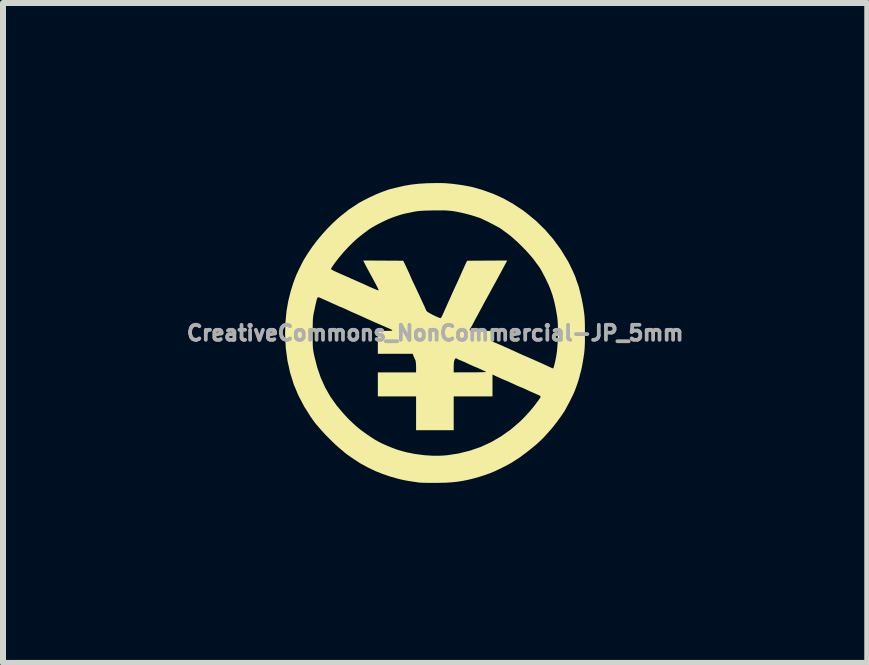
<source format=kicad_pcb>
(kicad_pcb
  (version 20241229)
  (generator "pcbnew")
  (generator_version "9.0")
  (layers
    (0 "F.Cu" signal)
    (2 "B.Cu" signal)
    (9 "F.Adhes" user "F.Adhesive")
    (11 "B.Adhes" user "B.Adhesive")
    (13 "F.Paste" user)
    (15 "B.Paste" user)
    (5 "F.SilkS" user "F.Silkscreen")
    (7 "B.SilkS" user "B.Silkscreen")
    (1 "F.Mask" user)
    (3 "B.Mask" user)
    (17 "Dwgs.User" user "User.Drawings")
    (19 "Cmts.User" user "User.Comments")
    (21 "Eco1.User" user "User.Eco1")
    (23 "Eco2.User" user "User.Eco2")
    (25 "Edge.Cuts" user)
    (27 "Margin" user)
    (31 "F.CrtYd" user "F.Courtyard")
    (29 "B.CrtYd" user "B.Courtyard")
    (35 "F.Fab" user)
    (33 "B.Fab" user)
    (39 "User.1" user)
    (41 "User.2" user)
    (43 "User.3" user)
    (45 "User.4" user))
  (footprint "CreativeCommons_NonCommercial-JP_5mm"
    (layer "F.Cu")
    (at 4.2 2.499)
    (property "Reference" "CreativeCommons_NonCommercial-JP_5mm" (at 0 0 0) (layer "F.Fab") (effects (font (size 0.25 0.25) (thickness 0.3))))
    (attr board_only exclude_from_pos_files exclude_from_bom)
    (fp_poly (pts (xy 0.101 -2.499) (xy 0.166 -2.497) (xy 0.228 -2.492) (xy 0.294 -2.486) (xy 0.368 -2.476) (xy 0.427 -2.468) (xy 0.5 -2.456) (xy 0.565 -2.444) (xy 0.627 -2.431) (xy 0.691 -2.413) (xy 0.765 -2.391) (xy 0.795 -2.382) (xy 0.968 -2.32) (xy 1.135 -2.244) (xy 1.298 -2.153) (xy 1.459 -2.047) (xy 1.515 -2.005) (xy 1.677 -1.872) (xy 1.828 -1.725) (xy 1.967 -1.565) (xy 2.092 -1.394) (xy 2.203 -1.212) (xy 2.21 -1.201) (xy 2.229 -1.165) (xy 2.25 -1.122) (xy 2.272 -1.076) (xy 2.294 -1.03) (xy 2.314 -0.986) (xy 2.33 -0.949) (xy 2.341 -0.921) (xy 2.345 -0.906) (xy 2.345 -0.906) (xy 2.349 -0.893) (xy 2.357 -0.869) (xy 2.368 -0.839) (xy 2.382 -0.803) (xy 2.394 -0.766) (xy 2.4 -0.743) (xy 2.406 -0.717) (xy 2.415 -0.68) (xy 2.426 -0.637) (xy 2.431 -0.618) (xy 2.44 -0.577) (xy 2.451 -0.524) (xy 2.462 -0.465) (xy 2.472 -0.406) (xy 2.474 -0.391) (xy 2.481 -0.345) (xy 2.486 -0.302) (xy 2.49 -0.26) (xy 2.492 -0.215) (xy 2.494 -0.164) (xy 2.495 -0.103) (xy 2.495 -0.028) (xy 2.495 0.005) (xy 2.495 0.083) (xy 2.495 0.146) (xy 2.493 0.198) (xy 2.491 0.243) (xy 2.488 0.284) (xy 2.484 0.324) (xy 2.478 0.366) (xy 2.471 0.416) (xy 2.47 0.418) (xy 2.461 0.475) (xy 2.451 0.532) (xy 2.441 0.582) (xy 2.432 0.622) (xy 2.427 0.641) (xy 2.416 0.679) (xy 2.407 0.715) (xy 2.401 0.741) (xy 2.393 0.77) (xy 2.38 0.811) (xy 2.364 0.858) (xy 2.346 0.908) (xy 2.329 0.954) (xy 2.316 0.986) (xy 2.298 1.026) (xy 2.273 1.076) (xy 2.246 1.132) (xy 2.216 1.188) (xy 2.188 1.24) (xy 2.164 1.285) (xy 2.15 1.308) (xy 2.092 1.394) (xy 2.025 1.485) (xy 1.953 1.577) (xy 1.877 1.664) (xy 1.803 1.745) (xy 1.733 1.813) (xy 1.726 1.819) (xy 1.68 1.86) (xy 1.626 1.905) (xy 1.568 1.952) (xy 1.51 1.997) (xy 1.456 2.037) (xy 1.41 2.071) (xy 1.386 2.087) (xy 1.349 2.111) (xy 1.308 2.137) (xy 1.282 2.154) (xy 1.251 2.172) (xy 1.208 2.196) (xy 1.156 2.223) (xy 1.1 2.251) (xy 1.042 2.279) (xy 0.987 2.305) (xy 0.977 2.309) (xy 0.909 2.337) (xy 0.828 2.366) (xy 0.74 2.394) (xy 0.649 2.42) (xy 0.564 2.441) (xy 0.484 2.458) (xy 0.409 2.471) (xy 0.335 2.481) (xy 0.258 2.488) (xy 0.173 2.493) (xy 0.076 2.495) (xy 0.032 2.496) (xy -0.036 2.496) (xy -0.1 2.496) (xy -0.159 2.495) (xy -0.209 2.494) (xy -0.246 2.492) (xy -0.264 2.491) (xy -0.354 2.478) (xy -0.43 2.466) (xy -0.495 2.455) (xy -0.552 2.443) (xy -0.605 2.431) (xy -0.627 2.425) (xy -0.753 2.389) (xy -0.876 2.347) (xy -0.99 2.302) (xy -1.093 2.253) (xy -1.132 2.233) (xy -1.166 2.214) (xy -1.198 2.197) (xy -1.221 2.185) (xy -1.223 2.184) (xy -1.246 2.171) (xy -1.278 2.151) (xy -1.317 2.125) (xy -1.36 2.097) (xy -1.403 2.068) (xy -1.443 2.04) (xy -1.477 2.016) (xy -1.501 1.997) (xy -1.514 1.986) (xy -1.525 1.976) (xy -1.546 1.957) (xy -1.574 1.935) (xy -1.582 1.928) (xy -1.621 1.895) (xy -1.668 1.852) (xy -1.72 1.802) (xy -1.774 1.748) (xy -1.827 1.695) (xy -1.874 1.644) (xy -1.912 1.601) (xy -1.917 1.595) (xy -1.943 1.564) (xy -1.966 1.538) (xy -1.982 1.52) (xy -1.987 1.514) (xy -1.996 1.503) (xy -2.013 1.481) (xy -2.036 1.449) (xy -2.062 1.412) (xy -2.072 1.398) (xy -2.183 1.222) (xy -2.278 1.041) (xy -2.356 0.855) (xy -2.416 0.663) (xy -2.46 0.464) (xy -2.488 0.258) (xy -2.498 0.074) (xy -2.041 0.074) (xy -2.04 0.133) (xy -2.04 0.181) (xy -2.038 0.219) (xy -2.036 0.252) (xy -2.032 0.282) (xy -2.027 0.314) (xy -2.02 0.349) (xy -2.011 0.391) (xy -2.011 0.391) (xy -1.965 0.573) (xy -1.906 0.744) (xy -1.833 0.906) (xy -1.746 1.059) (xy -1.642 1.206) (xy -1.522 1.348) (xy -1.442 1.433) (xy -1.376 1.496) (xy -1.313 1.554) (xy -1.248 1.607) (xy -1.177 1.66) (xy -1.098 1.715) (xy -1.013 1.77) (xy -0.952 1.806) (xy -0.878 1.843) (xy -0.795 1.88) (xy -0.708 1.915) (xy -0.623 1.946) (xy -0.485 1.985) (xy -0.339 2.014) (xy -0.189 2.034) (xy -0.04 2.044) (xy 0.102 2.043) (xy 0.195 2.036) (xy 0.392 2.006) (xy 0.58 1.959) (xy 0.76 1.897) (xy 0.933 1.817) (xy 1.098 1.721) (xy 1.257 1.609) (xy 1.409 1.479) (xy 1.414 1.475) (xy 1.45 1.439) (xy 1.493 1.395) (xy 1.537 1.347) (xy 1.581 1.298) (xy 1.62 1.252) (xy 1.651 1.214) (xy 1.662 1.2) (xy 1.687 1.165) (xy 1.711 1.133) (xy 1.729 1.108) (xy 1.736 1.099) (xy 1.753 1.075) (xy 1.757 1.058) (xy 1.748 1.046) (xy 1.723 1.033) (xy 1.711 1.028) (xy 1.645 0.999) (xy 1.57 0.966) (xy 1.491 0.929) (xy 1.485 0.926) (xy 1.456 0.913) (xy 1.434 0.904) (xy 1.423 0.9) (xy 1.423 0.9) (xy 1.412 0.896) (xy 1.39 0.887) (xy 1.361 0.874) (xy 1.361 0.874) (xy 1.299 0.845) (xy 1.252 0.824) (xy 1.218 0.808) (xy 1.196 0.798) (xy 1.183 0.793) (xy 1.177 0.791) (xy 1.177 0.791) (xy 1.167 0.787) (xy 1.143 0.777) (xy 1.107 0.761) (xy 1.062 0.741) (xy 1.011 0.717) (xy 1.002 0.713) (xy 0.955 0.691) (xy 0.955 1.055) (xy 0.309 1.055) (xy 0.309 1.618) (xy -0.318 1.618) (xy -0.318 1.055) (xy -0.955 1.055) (xy -0.955 0.655) (xy -0.318 0.655) (xy 0.309 0.655) (xy 0.589 0.654) (xy 0.67 0.654) (xy 0.734 0.653) (xy 0.783 0.652) (xy 0.817 0.651) (xy 0.838 0.649) (xy 0.848 0.646) (xy 0.846 0.644) (xy 0.845 0.643) (xy 0.827 0.635) (xy 0.797 0.621) (xy 0.762 0.605) (xy 0.747 0.598) (xy 0.713 0.583) (xy 0.686 0.571) (xy 0.67 0.565) (xy 0.667 0.564) (xy 0.664 0.563) (xy 0.656 0.56) (xy 0.641 0.553) (xy 0.617 0.542) (xy 0.583 0.527) (xy 0.536 0.505) (xy 0.486 0.482) (xy 0.454 0.468) (xy 0.426 0.456) (xy 0.409 0.45) (xy 0.384 0.439) (xy 0.368 0.431) (xy 0.35 0.42) (xy 0.338 0.423) (xy 0.326 0.44) (xy 0.323 0.445) (xy 0.315 0.469) (xy 0.311 0.505) (xy 0.309 0.557) (xy 0.309 0.563) (xy 0.309 0.655) (xy -0.318 0.655) (xy -0.318 0.564) (xy -0.32 0.507) (xy -0.325 0.467) (xy -0.331 0.448) (xy -0.343 0.423) (xy -0.356 0.393) (xy -0.36 0.384) (xy -0.375 0.345) (xy -0.955 0.345) (xy -0.955 -0.036) (xy -0.825 -0.036) (xy -0.771 -0.037) (xy -0.735 -0.038) (xy -0.716 -0.041) (xy -0.713 -0.047) (xy -0.726 -0.056) (xy -0.754 -0.07) (xy -0.791 -0.086) (xy -0.829 -0.103) (xy -0.869 -0.12) (xy -0.895 -0.132) (xy -0.925 -0.145) (xy -0.965 -0.162) (xy -1.006 -0.18) (xy -1.018 -0.185) (xy -1.058 -0.203) (xy -1.095 -0.22) (xy -1.125 -0.233) (xy -1.132 -0.236) (xy -1.175 -0.256) (xy -1.226 -0.279) (xy -1.277 -0.302) (xy -1.313 -0.318) (xy -1.389 -0.351) (xy -1.481 -0.394) (xy -1.507 -0.406) (xy -1.538 -0.42) (xy -1.563 -0.431) (xy -1.577 -0.436) (xy -1.579 -0.436) (xy -1.589 -0.44) (xy -1.611 -0.449) (xy -1.631 -0.459) (xy -1.659 -0.472) (xy -1.698 -0.489) (xy -1.742 -0.509) (xy -1.773 -0.523) (xy -1.815 -0.542) (xy -1.856 -0.56) (xy -1.889 -0.575) (xy -1.907 -0.583) (xy -1.931 -0.593) (xy -1.949 -0.597) (xy -1.954 -0.596) (xy -1.96 -0.59) (xy -1.966 -0.577) (xy -1.973 -0.555) (xy -1.981 -0.523) (xy -1.992 -0.477) (xy -2.005 -0.417) (xy -2.011 -0.386) (xy -2.02 -0.345) (xy -2.027 -0.311) (xy -2.032 -0.28) (xy -2.035 -0.25) (xy -2.038 -0.216) (xy -2.039 -0.177) (xy -2.04 -0.128) (xy -2.041 -0.068) (xy -2.041 0) (xy -2.041 0.074) (xy -2.498 0.074) (xy -2.499 0.044) (xy -2.5 0) (xy -2.494 -0.185) (xy -2.477 -0.361) (xy -2.448 -0.531) (xy -2.406 -0.699) (xy -2.364 -0.832) (xy -2.346 -0.882) (xy -2.33 -0.925) (xy -2.314 -0.965) (xy -2.295 -1.007) (xy -2.271 -1.057) (xy -2.265 -1.07) (xy -1.736 -1.07) (xy -1.733 -1.064) (xy -1.721 -1.055) (xy -1.701 -1.043) (xy -1.669 -1.028) (xy -1.625 -1.008) (xy -1.567 -0.982) (xy -1.5 -0.953) (xy -1.466 -0.938) (xy -1.431 -0.923) (xy -1.423 -0.919) (xy -1.398 -0.907) (xy -1.362 -0.892) (xy -1.323 -0.874) (xy -1.309 -0.868) (xy -1.27 -0.851) (xy -1.232 -0.834) (xy -1.203 -0.821) (xy -1.195 -0.818) (xy -1.137 -0.791) (xy -1.082 -0.766) (xy -1.033 -0.745) (xy -0.993 -0.728) (xy -0.963 -0.716) (xy -0.947 -0.711) (xy -0.945 -0.711) (xy -0.943 -0.714) (xy -0.944 -0.72) (xy -0.949 -0.733) (xy -0.957 -0.752) (xy -0.971 -0.779) (xy -0.99 -0.816) (xy -1.016 -0.864) (xy -1.048 -0.924) (xy -1.089 -0.999) (xy -1.109 -1.036) (xy -1.132 -1.078) (xy -1.153 -1.118) (xy -1.17 -1.151) (xy -1.18 -1.171) (xy -1.198 -1.209) (xy -0.865 -1.207) (xy -0.532 -1.205) (xy -0.516 -1.173) (xy -0.501 -1.142) (xy -0.484 -1.105) (xy -0.465 -1.065) (xy -0.447 -1.025) (xy -0.43 -0.989) (xy -0.418 -0.961) (xy -0.41 -0.944) (xy -0.409 -0.94) (xy -0.408 -0.937) (xy -0.404 -0.927) (xy -0.396 -0.91) (xy -0.385 -0.885) (xy -0.368 -0.849) (xy -0.345 -0.801) (xy -0.316 -0.739) (xy -0.29 -0.684) (xy -0.242 -0.581) (xy -0.2 -0.49) (xy -0.181 -0.45) (xy -0.166 -0.416) (xy -0.153 -0.387) (xy -0.144 -0.368) (xy -0.143 -0.367) (xy -0.132 -0.356) (xy -0.108 -0.341) (xy -0.075 -0.322) (xy -0.036 -0.301) (xy 0.004 -0.282) (xy 0.042 -0.265) (xy 0.074 -0.253) (xy 0.078 -0.251) (xy 0.085 -0.249) (xy 0.092 -0.25) (xy 0.098 -0.256) (xy 0.107 -0.27) (xy 0.119 -0.293) (xy 0.135 -0.328) (xy 0.157 -0.377) (xy 0.161 -0.386) (xy 0.18 -0.429) (xy 0.203 -0.481) (xy 0.229 -0.538) (xy 0.256 -0.598) (xy 0.282 -0.656) (xy 0.306 -0.709) (xy 0.327 -0.755) (xy 0.343 -0.79) (xy 0.35 -0.805) (xy 0.366 -0.839) (xy 0.384 -0.879) (xy 0.396 -0.905) (xy 0.41 -0.936) (xy 0.428 -0.977) (xy 0.449 -1.024) (xy 0.465 -1.059) (xy 0.483 -1.1) (xy 0.5 -1.138) (xy 0.513 -1.166) (xy 0.521 -1.182) (xy 0.533 -1.205) (xy 1.2 -1.209) (xy 1.163 -1.139) (xy 1.14 -1.097) (xy 1.115 -1.05) (xy 1.089 -1.001) (xy 1.063 -0.954) (xy 1.04 -0.911) (xy 1.021 -0.875) (xy 1.006 -0.849) (xy 1 -0.836) (xy 0.992 -0.824) (xy 0.979 -0.798) (xy 0.959 -0.764) (xy 0.937 -0.723) (xy 0.927 -0.705) (xy 0.904 -0.662) (xy 0.883 -0.624) (xy 0.867 -0.594) (xy 0.857 -0.576) (xy 0.855 -0.573) (xy 0.848 -0.56) (xy 0.834 -0.535) (xy 0.815 -0.5) (xy 0.792 -0.457) (xy 0.776 -0.427) (xy 0.75 -0.379) (xy 0.725 -0.332) (xy 0.703 -0.292) (xy 0.686 -0.261) (xy 0.68 -0.25) (xy 0.662 -0.215) (xy 0.641 -0.175) (xy 0.629 -0.153) (xy 0.613 -0.123) (xy 0.597 -0.095) (xy 0.588 -0.081) (xy 0.578 -0.067) (xy 0.574 -0.056) (xy 0.576 -0.048) (xy 0.586 -0.043) (xy 0.607 -0.039) (xy 0.64 -0.037) (xy 0.688 -0.037) (xy 0.751 -0.036) (xy 0.764 -0.036) (xy 0.955 -0.036) (xy 0.955 0.054) (xy 0.955 0.095) (xy 0.956 0.122) (xy 0.959 0.138) (xy 0.964 0.146) (xy 0.973 0.15) (xy 0.975 0.151) (xy 0.994 0.158) (xy 1.023 0.17) (xy 1.05 0.182) (xy 1.085 0.197) (xy 1.128 0.216) (xy 1.172 0.236) (xy 1.182 0.24) (xy 1.223 0.258) (xy 1.264 0.277) (xy 1.297 0.292) (xy 1.305 0.295) (xy 1.401 0.34) (xy 1.485 0.377) (xy 1.527 0.395) (xy 1.562 0.41) (xy 1.606 0.429) (xy 1.652 0.45) (xy 1.677 0.461) (xy 1.721 0.481) (xy 1.764 0.5) (xy 1.802 0.517) (xy 1.818 0.524) (xy 1.856 0.542) (xy 1.895 0.56) (xy 1.914 0.568) (xy 1.94 0.58) (xy 1.959 0.588) (xy 1.965 0.59) (xy 1.97 0.583) (xy 1.977 0.563) (xy 1.98 0.552) (xy 2 0.471) (xy 2.015 0.396) (xy 2.027 0.324) (xy 2.034 0.25) (xy 2.04 0.168) (xy 2.043 0.074) (xy 2.043 0.047) (xy 2.045 -0.033) (xy 2.045 -0.098) (xy 2.043 -0.155) (xy 2.04 -0.206) (xy 2.035 -0.256) (xy 2.027 -0.309) (xy 2.016 -0.371) (xy 2.004 -0.436) (xy 1.981 -0.539) (xy 1.954 -0.635) (xy 1.919 -0.733) (xy 1.903 -0.773) (xy 1.886 -0.811) (xy 1.864 -0.857) (xy 1.84 -0.908) (xy 1.814 -0.959) (xy 1.788 -1.008) (xy 1.765 -1.05) (xy 1.746 -1.083) (xy 1.735 -1.1) (xy 1.723 -1.116) (xy 1.703 -1.143) (xy 1.677 -1.177) (xy 1.651 -1.214) (xy 1.612 -1.264) (xy 1.561 -1.322) (xy 1.503 -1.385) (xy 1.44 -1.449) (xy 1.376 -1.512) (xy 1.313 -1.569) (xy 1.256 -1.618) (xy 1.214 -1.651) (xy 1.176 -1.679) (xy 1.141 -1.704) (xy 1.113 -1.725) (xy 1.097 -1.737) (xy 1.079 -1.749) (xy 1.048 -1.766) (xy 1.007 -1.788) (xy 0.96 -1.813) (xy 0.91 -1.839) (xy 0.86 -1.864) (xy 0.813 -1.886) (xy 0.774 -1.905) (xy 0.744 -1.918) (xy 0.736 -1.92) (xy 0.669 -1.943) (xy 0.592 -1.966) (xy 0.514 -1.987) (xy 0.443 -2.004) (xy 0.423 -2.008) (xy 0.361 -2.021) (xy 0.307 -2.03) (xy 0.255 -2.037) (xy 0.202 -2.041) (xy 0.144 -2.044) (xy 0.078 -2.044) (xy -0.001 -2.044) (xy -0.048 -2.043) (xy -0.125 -2.041) (xy -0.187 -2.039) (xy -0.237 -2.036) (xy -0.278 -2.033) (xy -0.313 -2.028) (xy -0.346 -2.023) (xy -0.368 -2.018) (xy -0.412 -2.009) (xy -0.454 -2) (xy -0.488 -1.993) (xy -0.5 -1.991) (xy -0.533 -1.983) (xy -0.579 -1.97) (xy -0.631 -1.953) (xy -0.684 -1.935) (xy -0.735 -1.916) (xy -0.777 -1.899) (xy -0.786 -1.896) (xy -0.841 -1.87) (xy -0.898 -1.842) (xy -0.955 -1.813) (xy -1.009 -1.784) (xy -1.055 -1.757) (xy -1.091 -1.735) (xy -1.108 -1.722) (xy -1.121 -1.713) (xy -1.145 -1.694) (xy -1.177 -1.671) (xy -1.214 -1.643) (xy -1.218 -1.64) (xy -1.293 -1.58) (xy -1.372 -1.508) (xy -1.453 -1.427) (xy -1.532 -1.341) (xy -1.606 -1.253) (xy -1.639 -1.21) (xy -1.671 -1.168) (xy -1.698 -1.13) (xy -1.719 -1.099) (xy -1.732 -1.078) (xy -1.736 -1.07) (xy -2.265 -1.07) (xy -2.248 -1.105) (xy -2.227 -1.147) (xy -2.21 -1.181) (xy -2.194 -1.21) (xy -2.177 -1.239) (xy -2.157 -1.271) (xy -2.131 -1.313) (xy -2.11 -1.345) (xy -2.044 -1.442) (xy -1.967 -1.543) (xy -1.884 -1.643) (xy -1.797 -1.739) (xy -1.708 -1.829) (xy -1.622 -1.909) (xy -1.55 -1.969) (xy -1.516 -1.995) (xy -1.488 -2.017) (xy -1.467 -2.034) (xy -1.459 -2.042) (xy -1.448 -2.05) (xy -1.425 -2.066) (xy -1.394 -2.086) (xy -1.373 -2.1) (xy -1.34 -2.121) (xy -1.313 -2.139) (xy -1.295 -2.151) (xy -1.291 -2.155) (xy -1.28 -2.162) (xy -1.256 -2.176) (xy -1.222 -2.194) (xy -1.181 -2.216) (xy -1.136 -2.239) (xy -1.09 -2.262) (xy -1.046 -2.283) (xy -1.008 -2.3) (xy -0.982 -2.312) (xy -0.913 -2.34) (xy -0.85 -2.364) (xy -0.797 -2.383) (xy -0.756 -2.396) (xy -0.736 -2.401) (xy -0.714 -2.406) (xy -0.679 -2.415) (xy -0.638 -2.425) (xy -0.618 -2.43) (xy -0.509 -2.455) (xy -0.395 -2.474) (xy -0.272 -2.488) (xy -0.137 -2.496) (xy -0.056 -2.498) (xy 0.029 -2.499)) (stroke (width 0) (type solid)) (fill yes) (layer "F.SilkS")))
  (gr_rect
    (start -3 -3)
    (end 11.399 7.995)
    (stroke (width 0.1) (type default))
    (fill no)
    (layer "Edge.Cuts")))
</source>
